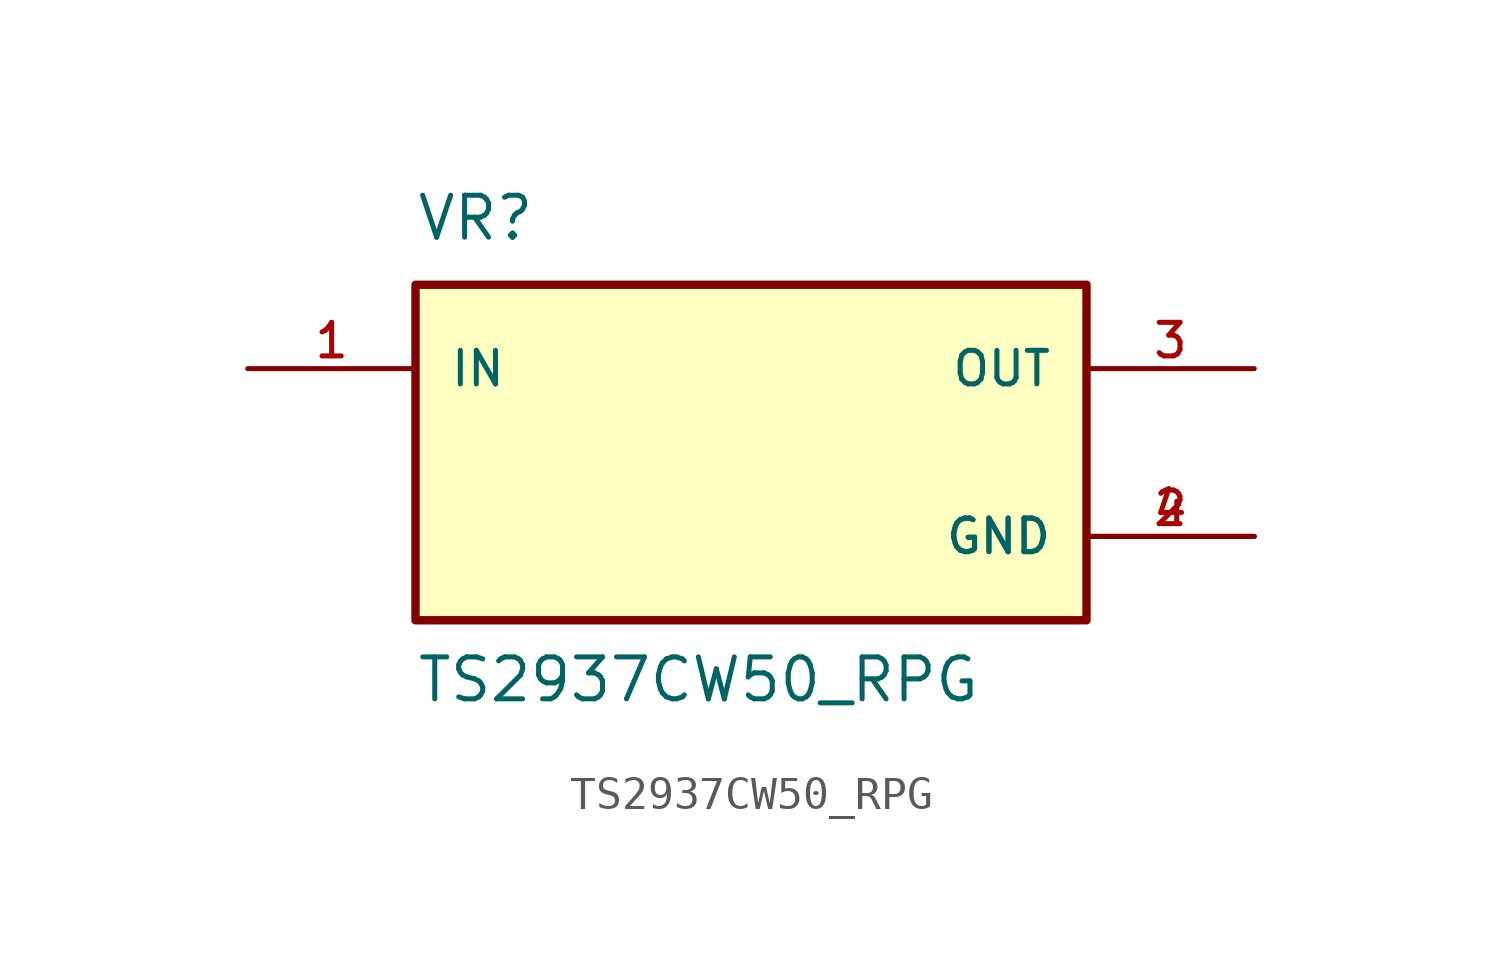
<source format=kicad_sym>
(kicad_symbol_lib
  (version 20211014)
  (generator kicad_symbol_editor)
  (symbol "TS2937CW50_RPG"
    (pin_names
      (offset 1.016))
    (property "Reference" "VR"
      (at -10.164 6.358 0)
      (effects (font (size 1.27 1.27)) (justify bottom left)))
    (property "Value" "TS2937CW50_RPG"
      (at -10.161 -7.623 0)
      (effects (font (size 1.27 1.27)) (justify bottom left)))
    (symbol "TS2937CW50_RPG_0_0"
      (rectangle (start -10.16 -5.08) (end 10.16 5.08) (stroke (width 0.254)) (fill (type background)))
      (pin input line (at -15.24 2.54 0) (length 5.08) (name "IN" (effects (font (size 1.016 1.016)))) (number "1" (effects (font (size 1.016 1.016)))))
      (pin output line (at 15.24 2.54 180.0) (length 5.08) (name "OUT" (effects (font (size 1.016 1.016)))) (number "3" (effects (font (size 1.016 1.016)))))
      (pin power_in line (at 15.24 -2.54 180.0) (length 5.08) (name "GND" (effects (font (size 1.016 1.016)))) (number "2" (effects (font (size 1.016 1.016)))))
      (pin power_in line (at 15.24 -2.54 180.0) (length 5.08) (name "GND" (effects (font (size 1.016 1.016)))) (number "4" (effects (font (size 1.016 1.016))))))))
</source>
